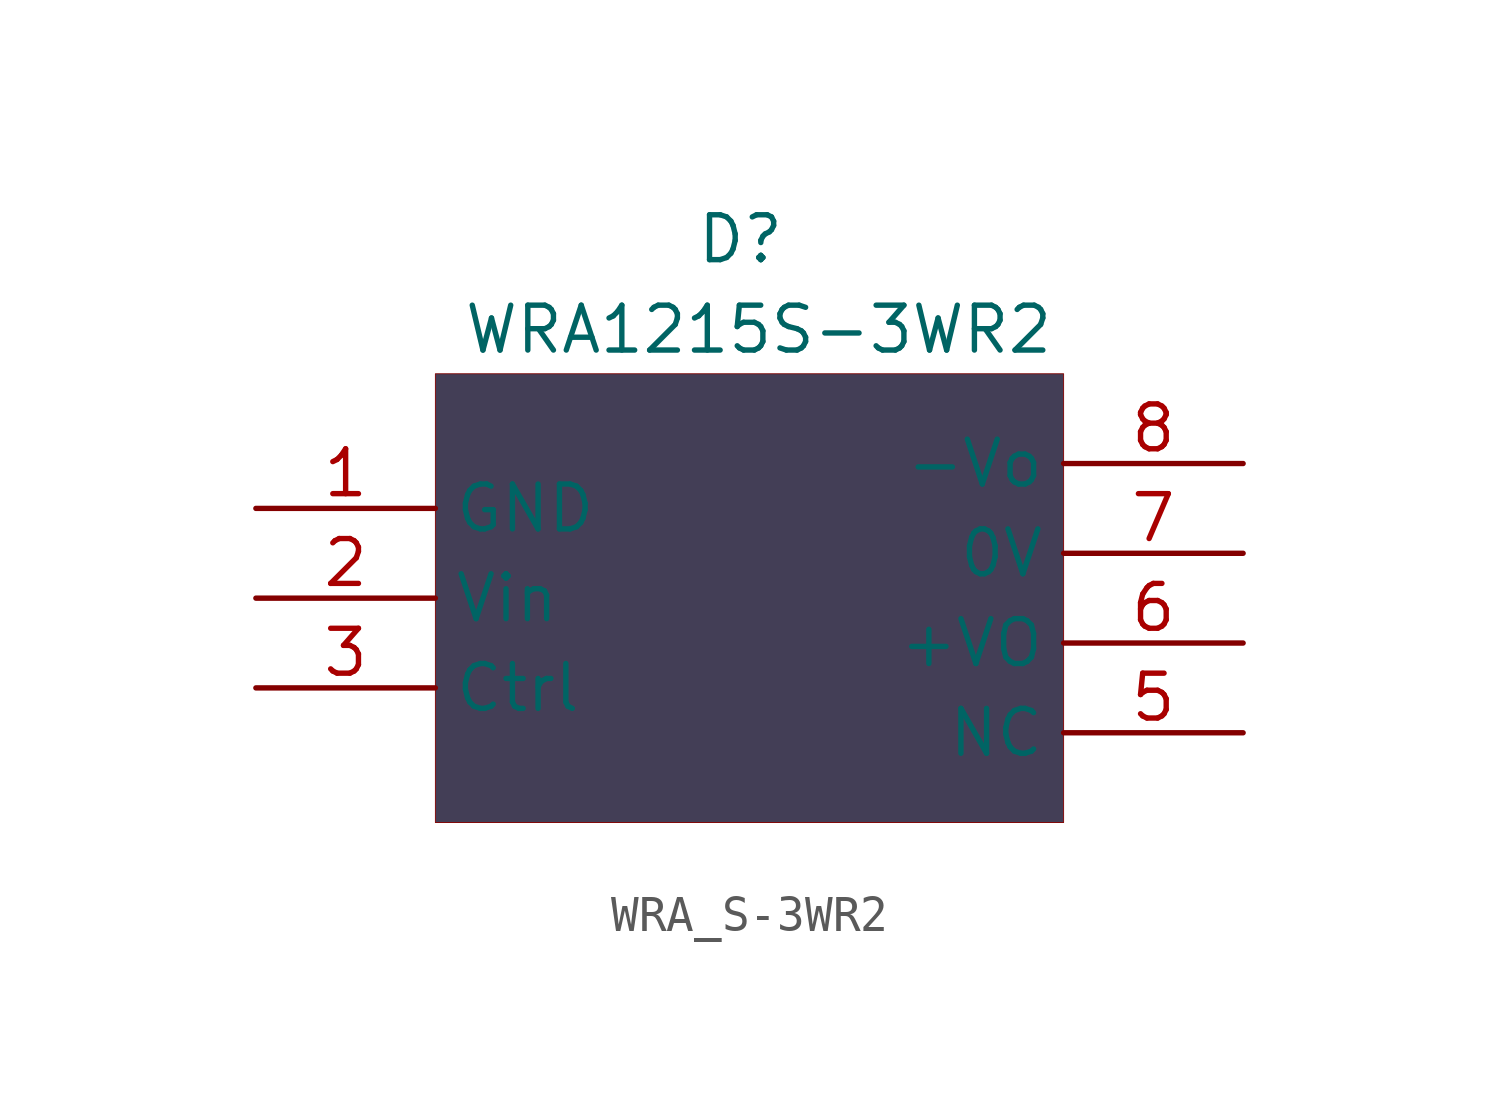
<source format=kicad_sym>
(kicad_symbol_lib
  (version 20231120)
  (generator "kicad_symbol_editor")
  (generator_version "8.0")
  (symbol "WRA_S-3WR2"
    (property "Reference" "D"
      (at -0.254 10.16 0)
      (effects (font (size 1.27 1.27))))
    (property "Value" "WRA1215S-3WR2"
      (at -8.128 6.858 0)
      (effects (font (size 1.27 1.27)) (justify left bottom)))
    (symbol "WRA_S-3WR2_1_0"
      (rectangle (start -8.89 6.35) (end 8.89 -6.35) (stroke (width 0.025) (type solid) (color 128 0 0 1)) (fill (type color) (color 67 62 86 1)))
      (pin passive line (at -13.97 2.54 0) (length 5.08) (name "GND" (effects (font (size 1.27 1.27)))) (number "1" (effects (font (size 1.27 1.27)))))
      (pin passive line (at -13.97 0 0) (length 5.08) (name "Vin" (effects (font (size 1.27 1.27)))) (number "2" (effects (font (size 1.27 1.27)))))
      (pin passive line (at -13.97 -2.54 0) (length 5.08) (name "Ctrl" (effects (font (size 1.27 1.27)))) (number "3" (effects (font (size 1.27 1.27)))))
      (pin passive line (at 13.97 -3.81 180) (length 5.08) (name "NC" (effects (font (size 1.27 1.27)))) (number "5" (effects (font (size 1.27 1.27)))))
      (pin passive line (at 13.97 -1.27 180) (length 5.08) (name "+VO" (effects (font (size 1.27 1.27)))) (number "6" (effects (font (size 1.27 1.27)))))
      (pin passive line (at 13.97 1.27 180) (length 5.08) (name "0V" (effects (font (size 1.27 1.27)))) (number "7" (effects (font (size 1.27 1.27)))))
      (pin passive line (at 13.97 3.81 180) (length 5.08) (name "-Vo" (effects (font (size 1.27 1.27)))) (number "8" (effects (font (size 1.27 1.27))))))))
</source>
